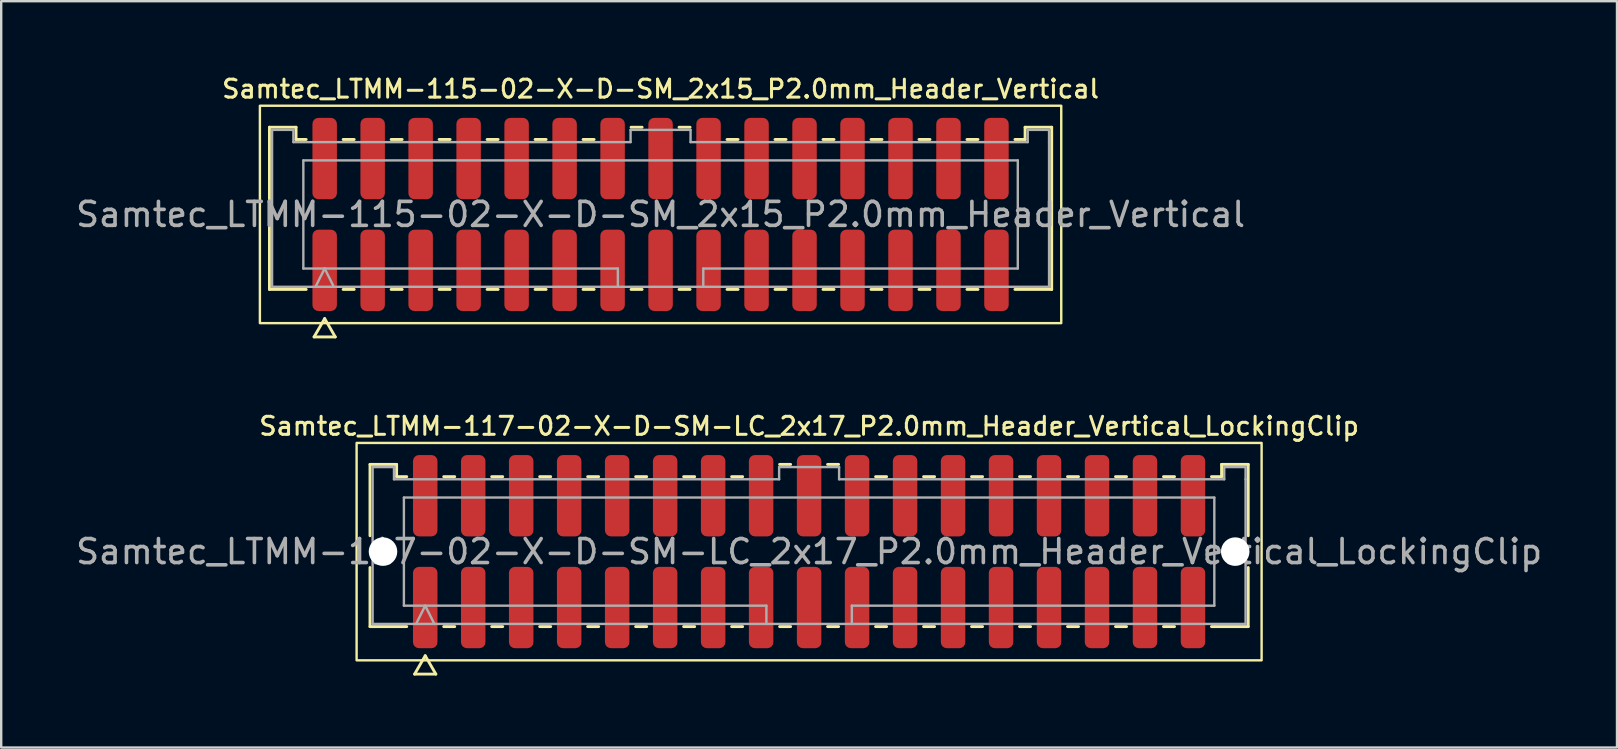
<source format=kicad_pcb>
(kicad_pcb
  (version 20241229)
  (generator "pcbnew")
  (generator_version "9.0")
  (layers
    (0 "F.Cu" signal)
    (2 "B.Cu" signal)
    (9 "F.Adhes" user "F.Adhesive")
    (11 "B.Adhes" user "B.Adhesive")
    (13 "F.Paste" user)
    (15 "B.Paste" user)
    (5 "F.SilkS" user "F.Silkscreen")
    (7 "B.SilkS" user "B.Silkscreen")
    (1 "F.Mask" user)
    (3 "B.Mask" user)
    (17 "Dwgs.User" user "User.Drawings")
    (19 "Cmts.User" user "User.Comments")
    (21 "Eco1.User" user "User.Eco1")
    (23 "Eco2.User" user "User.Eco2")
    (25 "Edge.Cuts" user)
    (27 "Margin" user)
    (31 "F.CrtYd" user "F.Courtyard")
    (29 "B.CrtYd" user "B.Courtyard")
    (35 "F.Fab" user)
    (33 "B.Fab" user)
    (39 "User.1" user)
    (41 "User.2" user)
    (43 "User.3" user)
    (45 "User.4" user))
  (footprint "Samtec_LTMM-117-02-X-D-SM-LC_2x17_P2.0mm_Header_Vertical_LockingClip"
    (layer "F.Cu")
    (at 30.673 19.941)
    (property "Reference" "Samtec_LTMM-117-02-X-D-SM-LC_2x17_P2.0mm_Header_Vertical_LockingClip" (at 0 -5.23 0) (layer "F.SilkS") (effects (font (size 0.75 0.75) (thickness 0.125))))
    (attr smd)
    (fp_line (start -18.302 -3.635) (end -17.192 -3.635) (stroke (width 0.12) (type solid)) (layer "F.SilkS"))
    (fp_line (start -18.302 -0.662) (end -18.302 -3.635) (stroke (width 0.12) (type solid)) (layer "F.SilkS"))
    (fp_line (start -18.302 3.125) (end -18.302 0.662) (stroke (width 0.12) (type solid)) (layer "F.SilkS"))
    (fp_line (start -17.192 -3.635) (end -17.192 -3.125) (stroke (width 0.12) (type solid)) (layer "F.SilkS"))
    (fp_line (start -17.192 -3.125) (end -16.77 -3.125) (stroke (width 0.12) (type solid)) (layer "F.SilkS"))
    (fp_line (start -16.77 3.125) (end -18.302 3.125) (stroke (width 0.12) (type solid)) (layer "F.SilkS"))
    (fp_line (start -16.442 5.105) (end -16 4.34) (stroke (width 0.12) (type solid)) (layer "F.SilkS"))
    (fp_line (start -16 4.34) (end -15.558 5.105) (stroke (width 0.12) (type solid)) (layer "F.SilkS"))
    (fp_line (start -15.558 5.105) (end -16.442 5.105) (stroke (width 0.12) (type solid)) (layer "F.SilkS"))
    (fp_line (start -15.23 -3.125) (end -14.77 -3.125) (stroke (width 0.12) (type solid)) (layer "F.SilkS"))
    (fp_line (start -14.77 3.125) (end -15.23 3.125) (stroke (width 0.12) (type solid)) (layer "F.SilkS"))
    (fp_line (start -13.23 -3.125) (end -12.77 -3.125) (stroke (width 0.12) (type solid)) (layer "F.SilkS"))
    (fp_line (start -12.77 3.125) (end -13.23 3.125) (stroke (width 0.12) (type solid)) (layer "F.SilkS"))
    (fp_line (start -11.23 -3.125) (end -10.77 -3.125) (stroke (width 0.12) (type solid)) (layer "F.SilkS"))
    (fp_line (start -10.77 3.125) (end -11.23 3.125) (stroke (width 0.12) (type solid)) (layer "F.SilkS"))
    (fp_line (start -9.23 -3.125) (end -8.77 -3.125) (stroke (width 0.12) (type solid)) (layer "F.SilkS"))
    (fp_line (start -8.77 3.125) (end -9.23 3.125) (stroke (width 0.12) (type solid)) (layer "F.SilkS"))
    (fp_line (start -7.23 -3.125) (end -6.77 -3.125) (stroke (width 0.12) (type solid)) (layer "F.SilkS"))
    (fp_line (start -6.77 3.125) (end -7.23 3.125) (stroke (width 0.12) (type solid)) (layer "F.SilkS"))
    (fp_line (start -5.23 -3.125) (end -4.77 -3.125) (stroke (width 0.12) (type solid)) (layer "F.SilkS"))
    (fp_line (start -4.77 3.125) (end -5.23 3.125) (stroke (width 0.12) (type solid)) (layer "F.SilkS"))
    (fp_line (start -3.23 -3.125) (end -2.77 -3.125) (stroke (width 0.12) (type solid)) (layer "F.SilkS"))
    (fp_line (start -2.77 3.125) (end -3.23 3.125) (stroke (width 0.12) (type solid)) (layer "F.SilkS"))
    (fp_line (start -1.23 -3.635) (end -0.77 -3.635) (stroke (width 0.12) (type solid)) (layer "F.SilkS"))
    (fp_line (start -0.77 3.125) (end -1.23 3.125) (stroke (width 0.12) (type solid)) (layer "F.SilkS"))
    (fp_line (start 0.77 -3.635) (end 1.23 -3.635) (stroke (width 0.12) (type solid)) (layer "F.SilkS"))
    (fp_line (start 1.23 3.125) (end 0.77 3.125) (stroke (width 0.12) (type solid)) (layer "F.SilkS"))
    (fp_line (start 2.77 -3.125) (end 3.23 -3.125) (stroke (width 0.12) (type solid)) (layer "F.SilkS"))
    (fp_line (start 3.23 3.125) (end 2.77 3.125) (stroke (width 0.12) (type solid)) (layer "F.SilkS"))
    (fp_line (start 4.77 -3.125) (end 5.23 -3.125) (stroke (width 0.12) (type solid)) (layer "F.SilkS"))
    (fp_line (start 5.23 3.125) (end 4.77 3.125) (stroke (width 0.12) (type solid)) (layer "F.SilkS"))
    (fp_line (start 6.77 -3.125) (end 7.23 -3.125) (stroke (width 0.12) (type solid)) (layer "F.SilkS"))
    (fp_line (start 7.23 3.125) (end 6.77 3.125) (stroke (width 0.12) (type solid)) (layer "F.SilkS"))
    (fp_line (start 8.77 -3.125) (end 9.23 -3.125) (stroke (width 0.12) (type solid)) (layer "F.SilkS"))
    (fp_line (start 9.23 3.125) (end 8.77 3.125) (stroke (width 0.12) (type solid)) (layer "F.SilkS"))
    (fp_line (start 10.77 -3.125) (end 11.23 -3.125) (stroke (width 0.12) (type solid)) (layer "F.SilkS"))
    (fp_line (start 11.23 3.125) (end 10.77 3.125) (stroke (width 0.12) (type solid)) (layer "F.SilkS"))
    (fp_line (start 12.77 -3.125) (end 13.23 -3.125) (stroke (width 0.12) (type solid)) (layer "F.SilkS"))
    (fp_line (start 13.23 3.125) (end 12.77 3.125) (stroke (width 0.12) (type solid)) (layer "F.SilkS"))
    (fp_line (start 14.77 -3.125) (end 15.23 -3.125) (stroke (width 0.12) (type solid)) (layer "F.SilkS"))
    (fp_line (start 15.23 3.125) (end 14.77 3.125) (stroke (width 0.12) (type solid)) (layer "F.SilkS"))
    (fp_line (start 16.77 -3.125) (end 17.192 -3.125) (stroke (width 0.12) (type solid)) (layer "F.SilkS"))
    (fp_line (start 17.192 -3.635) (end 18.302 -3.635) (stroke (width 0.12) (type solid)) (layer "F.SilkS"))
    (fp_line (start 17.192 -3.125) (end 17.192 -3.635) (stroke (width 0.12) (type solid)) (layer "F.SilkS"))
    (fp_line (start 18.302 -3.635) (end 18.302 -0.662) (stroke (width 0.12) (type solid)) (layer "F.SilkS"))
    (fp_line (start 18.302 0.662) (end 18.302 3.125) (stroke (width 0.12) (type solid)) (layer "F.SilkS"))
    (fp_line (start 18.302 3.125) (end 16.77 3.125) (stroke (width 0.12) (type solid)) (layer "F.SilkS"))
    (fp_rect (start -18.86 -4.53) (end 18.86 4.53) (stroke (width 0.1) (type solid)) (fill no) (layer "F.SilkS"))
    (fp_line (start -18.192 -3.525) (end -17.302 -3.525) (stroke (width 0.1) (type solid)) (layer "F.Fab"))
    (fp_line (start -18.192 3.015) (end -18.192 -3.525) (stroke (width 0.1) (type solid)) (layer "F.Fab"))
    (fp_line (start -17.302 -3.525) (end -17.302 -3.015) (stroke (width 0.1) (type solid)) (layer "F.Fab"))
    (fp_line (start -17.302 -3.015) (end -1.25 -3.015) (stroke (width 0.1) (type solid)) (layer "F.Fab"))
    (fp_line (start -16.889 -2.253) (end 16.889 -2.253) (stroke (width 0.1) (type solid)) (layer "F.Fab"))
    (fp_line (start -16.889 2.253) (end -16.889 -2.253) (stroke (width 0.1) (type solid)) (layer "F.Fab"))
    (fp_line (start -16.381 3.015) (end -16 2.253) (stroke (width 0.1) (type solid)) (layer "F.Fab"))
    (fp_line (start -16 2.253) (end -15.619 3.015) (stroke (width 0.1) (type solid)) (layer "F.Fab"))
    (fp_line (start -1.78 2.253) (end -16.889 2.253) (stroke (width 0.1) (type solid)) (layer "F.Fab"))
    (fp_line (start -1.78 3.015) (end -1.78 2.253) (stroke (width 0.1) (type solid)) (layer "F.Fab"))
    (fp_line (start -1.25 -3.525) (end 1.25 -3.525) (stroke (width 0.1) (type solid)) (layer "F.Fab"))
    (fp_line (start -1.25 -3.015) (end -1.25 -3.525) (stroke (width 0.1) (type solid)) (layer "F.Fab"))
    (fp_line (start 1.25 -3.525) (end 1.25 -3.015) (stroke (width 0.1) (type solid)) (layer "F.Fab"))
    (fp_line (start 1.25 -3.015) (end 17.302 -3.015) (stroke (width 0.1) (type solid)) (layer "F.Fab"))
    (fp_line (start 1.78 2.253) (end 1.78 3.015) (stroke (width 0.1) (type solid)) (layer "F.Fab"))
    (fp_line (start 16.889 -2.253) (end 16.889 2.253) (stroke (width 0.1) (type solid)) (layer "F.Fab"))
    (fp_line (start 16.889 2.253) (end 1.78 2.253) (stroke (width 0.1) (type solid)) (layer "F.Fab"))
    (fp_line (start 17.302 -3.525) (end 18.192 -3.525) (stroke (width 0.1) (type solid)) (layer "F.Fab"))
    (fp_line (start 17.302 -3.015) (end 17.302 -3.525) (stroke (width 0.1) (type solid)) (layer "F.Fab"))
    (fp_line (start 18.192 -3.525) (end 18.192 -3.015) (stroke (width 0.1) (type solid)) (layer "F.Fab"))
    (fp_line (start 18.192 -3.015) (end 18.192 3.015) (stroke (width 0.1) (type solid)) (layer "F.Fab"))
    (fp_line (start 18.192 3.015) (end -18.192 3.015) (stroke (width 0.1) (type solid)) (layer "F.Fab"))
    (fp_text user "${REFERENCE}" (at 0 0 0) (layer "F.Fab") (effects (font (size 1 1) (thickness 0.15))))
    (pad "" np_thru_hole circle (at -17.76 0) (size 1.19 1.19) (drill 1.19) (layers "*.Cu" "*.Mask"))
    (pad "" np_thru_hole circle (at 17.76 0) (size 1.19 1.19) (drill 1.19) (layers "*.Cu" "*.Mask"))
    (pad "1" smd roundrect (at -16 2.33) (size 1.02 3.39) (layers "F.Cu" "F.Mask" "F.Paste") (roundrect_rratio 0.245))
    (pad "2" smd roundrect (at -16 -2.33) (size 1.02 3.39) (layers "F.Cu" "F.Mask" "F.Paste") (roundrect_rratio 0.245))
    (pad "3" smd roundrect (at -14 2.33) (size 1.02 3.39) (layers "F.Cu" "F.Mask" "F.Paste") (roundrect_rratio 0.245))
    (pad "4" smd roundrect (at -14 -2.33) (size 1.02 3.39) (layers "F.Cu" "F.Mask" "F.Paste") (roundrect_rratio 0.245))
    (pad "5" smd roundrect (at -12 2.33) (size 1.02 3.39) (layers "F.Cu" "F.Mask" "F.Paste") (roundrect_rratio 0.245))
    (pad "6" smd roundrect (at -12 -2.33) (size 1.02 3.39) (layers "F.Cu" "F.Mask" "F.Paste") (roundrect_rratio 0.245))
    (pad "7" smd roundrect (at -10 2.33) (size 1.02 3.39) (layers "F.Cu" "F.Mask" "F.Paste") (roundrect_rratio 0.245))
    (pad "8" smd roundrect (at -10 -2.33) (size 1.02 3.39) (layers "F.Cu" "F.Mask" "F.Paste") (roundrect_rratio 0.245))
    (pad "9" smd roundrect (at -8 2.33) (size 1.02 3.39) (layers "F.Cu" "F.Mask" "F.Paste") (roundrect_rratio 0.245))
    (pad "10" smd roundrect (at -8 -2.33) (size 1.02 3.39) (layers "F.Cu" "F.Mask" "F.Paste") (roundrect_rratio 0.245))
    (pad "11" smd roundrect (at -6 2.33) (size 1.02 3.39) (layers "F.Cu" "F.Mask" "F.Paste") (roundrect_rratio 0.245))
    (pad "12" smd roundrect (at -6 -2.33) (size 1.02 3.39) (layers "F.Cu" "F.Mask" "F.Paste") (roundrect_rratio 0.245))
    (pad "13" smd roundrect (at -4 2.33) (size 1.02 3.39) (layers "F.Cu" "F.Mask" "F.Paste") (roundrect_rratio 0.245))
    (pad "14" smd roundrect (at -4 -2.33) (size 1.02 3.39) (layers "F.Cu" "F.Mask" "F.Paste") (roundrect_rratio 0.245))
    (pad "15" smd roundrect (at -2 2.33) (size 1.02 3.39) (layers "F.Cu" "F.Mask" "F.Paste") (roundrect_rratio 0.245))
    (pad "16" smd roundrect (at -2 -2.33) (size 1.02 3.39) (layers "F.Cu" "F.Mask" "F.Paste") (roundrect_rratio 0.245))
    (pad "17" smd roundrect (at 0 2.33) (size 1.02 3.39) (layers "F.Cu" "F.Mask" "F.Paste") (roundrect_rratio 0.245))
    (pad "18" smd roundrect (at 0 -2.33) (size 1.02 3.39) (layers "F.Cu" "F.Mask" "F.Paste") (roundrect_rratio 0.245))
    (pad "19" smd roundrect (at 2 2.33) (size 1.02 3.39) (layers "F.Cu" "F.Mask" "F.Paste") (roundrect_rratio 0.245))
    (pad "20" smd roundrect (at 2 -2.33) (size 1.02 3.39) (layers "F.Cu" "F.Mask" "F.Paste") (roundrect_rratio 0.245))
    (pad "21" smd roundrect (at 4 2.33) (size 1.02 3.39) (layers "F.Cu" "F.Mask" "F.Paste") (roundrect_rratio 0.245))
    (pad "22" smd roundrect (at 4 -2.33) (size 1.02 3.39) (layers "F.Cu" "F.Mask" "F.Paste") (roundrect_rratio 0.245))
    (pad "23" smd roundrect (at 6 2.33) (size 1.02 3.39) (layers "F.Cu" "F.Mask" "F.Paste") (roundrect_rratio 0.245))
    (pad "24" smd roundrect (at 6 -2.33) (size 1.02 3.39) (layers "F.Cu" "F.Mask" "F.Paste") (roundrect_rratio 0.245))
    (pad "25" smd roundrect (at 8 2.33) (size 1.02 3.39) (layers "F.Cu" "F.Mask" "F.Paste") (roundrect_rratio 0.245))
    (pad "26" smd roundrect (at 8 -2.33) (size 1.02 3.39) (layers "F.Cu" "F.Mask" "F.Paste") (roundrect_rratio 0.245))
    (pad "27" smd roundrect (at 10 2.33) (size 1.02 3.39) (layers "F.Cu" "F.Mask" "F.Paste") (roundrect_rratio 0.245))
    (pad "28" smd roundrect (at 10 -2.33) (size 1.02 3.39) (layers "F.Cu" "F.Mask" "F.Paste") (roundrect_rratio 0.245))
    (pad "29" smd roundrect (at 12 2.33) (size 1.02 3.39) (layers "F.Cu" "F.Mask" "F.Paste") (roundrect_rratio 0.245))
    (pad "30" smd roundrect (at 12 -2.33) (size 1.02 3.39) (layers "F.Cu" "F.Mask" "F.Paste") (roundrect_rratio 0.245))
    (pad "31" smd roundrect (at 14 2.33) (size 1.02 3.39) (layers "F.Cu" "F.Mask" "F.Paste") (roundrect_rratio 0.245))
    (pad "32" smd roundrect (at 14 -2.33) (size 1.02 3.39) (layers "F.Cu" "F.Mask" "F.Paste") (roundrect_rratio 0.245))
    (pad "33" smd roundrect (at 16 2.33) (size 1.02 3.39) (layers "F.Cu" "F.Mask" "F.Paste") (roundrect_rratio 0.245))
    (pad "34" smd roundrect (at 16 -2.33) (size 1.02 3.39) (layers "F.Cu" "F.Mask" "F.Paste") (roundrect_rratio 0.245)))
  (footprint "Samtec_LTMM-115-02-X-D-SM_2x15_P2.0mm_Header_Vertical"
    (layer "F.Cu")
    (at 24.482 5.888)
    (property "Reference" "Samtec_LTMM-115-02-X-D-SM_2x15_P2.0mm_Header_Vertical" (at 0 -5.23 0) (layer "F.SilkS") (effects (font (size 0.75 0.75) (thickness 0.125))))
    (attr smd)
    (fp_line (start -16.302 -3.635) (end -15.193 -3.635) (stroke (width 0.12) (type solid)) (layer "F.SilkS"))
    (fp_line (start -16.302 3.125) (end -16.302 -3.635) (stroke (width 0.12) (type solid)) (layer "F.SilkS"))
    (fp_line (start -15.193 -3.635) (end -15.193 -3.125) (stroke (width 0.12) (type solid)) (layer "F.SilkS"))
    (fp_line (start -15.193 -3.125) (end -14.77 -3.125) (stroke (width 0.12) (type solid)) (layer "F.SilkS"))
    (fp_line (start -14.77 3.125) (end -16.302 3.125) (stroke (width 0.12) (type solid)) (layer "F.SilkS"))
    (fp_line (start -14.442 5.105) (end -14 4.34) (stroke (width 0.12) (type solid)) (layer "F.SilkS"))
    (fp_line (start -14 4.34) (end -13.558 5.105) (stroke (width 0.12) (type solid)) (layer "F.SilkS"))
    (fp_line (start -13.558 5.105) (end -14.442 5.105) (stroke (width 0.12) (type solid)) (layer "F.SilkS"))
    (fp_line (start -13.23 -3.125) (end -12.77 -3.125) (stroke (width 0.12) (type solid)) (layer "F.SilkS"))
    (fp_line (start -12.77 3.125) (end -13.23 3.125) (stroke (width 0.12) (type solid)) (layer "F.SilkS"))
    (fp_line (start -11.23 -3.125) (end -10.77 -3.125) (stroke (width 0.12) (type solid)) (layer "F.SilkS"))
    (fp_line (start -10.77 3.125) (end -11.23 3.125) (stroke (width 0.12) (type solid)) (layer "F.SilkS"))
    (fp_line (start -9.23 -3.125) (end -8.77 -3.125) (stroke (width 0.12) (type solid)) (layer "F.SilkS"))
    (fp_line (start -8.77 3.125) (end -9.23 3.125) (stroke (width 0.12) (type solid)) (layer "F.SilkS"))
    (fp_line (start -7.23 -3.125) (end -6.77 -3.125) (stroke (width 0.12) (type solid)) (layer "F.SilkS"))
    (fp_line (start -6.77 3.125) (end -7.23 3.125) (stroke (width 0.12) (type solid)) (layer "F.SilkS"))
    (fp_line (start -5.23 -3.125) (end -4.77 -3.125) (stroke (width 0.12) (type solid)) (layer "F.SilkS"))
    (fp_line (start -4.77 3.125) (end -5.23 3.125) (stroke (width 0.12) (type solid)) (layer "F.SilkS"))
    (fp_line (start -3.23 -3.125) (end -2.77 -3.125) (stroke (width 0.12) (type solid)) (layer "F.SilkS"))
    (fp_line (start -2.77 3.125) (end -3.23 3.125) (stroke (width 0.12) (type solid)) (layer "F.SilkS"))
    (fp_line (start -1.23 -3.635) (end -0.77 -3.635) (stroke (width 0.12) (type solid)) (layer "F.SilkS"))
    (fp_line (start -0.77 3.125) (end -1.23 3.125) (stroke (width 0.12) (type solid)) (layer "F.SilkS"))
    (fp_line (start 0.77 -3.635) (end 1.23 -3.635) (stroke (width 0.12) (type solid)) (layer "F.SilkS"))
    (fp_line (start 1.23 3.125) (end 0.77 3.125) (stroke (width 0.12) (type solid)) (layer "F.SilkS"))
    (fp_line (start 2.77 -3.125) (end 3.23 -3.125) (stroke (width 0.12) (type solid)) (layer "F.SilkS"))
    (fp_line (start 3.23 3.125) (end 2.77 3.125) (stroke (width 0.12) (type solid)) (layer "F.SilkS"))
    (fp_line (start 4.77 -3.125) (end 5.23 -3.125) (stroke (width 0.12) (type solid)) (layer "F.SilkS"))
    (fp_line (start 5.23 3.125) (end 4.77 3.125) (stroke (width 0.12) (type solid)) (layer "F.SilkS"))
    (fp_line (start 6.77 -3.125) (end 7.23 -3.125) (stroke (width 0.12) (type solid)) (layer "F.SilkS"))
    (fp_line (start 7.23 3.125) (end 6.77 3.125) (stroke (width 0.12) (type solid)) (layer "F.SilkS"))
    (fp_line (start 8.77 -3.125) (end 9.23 -3.125) (stroke (width 0.12) (type solid)) (layer "F.SilkS"))
    (fp_line (start 9.23 3.125) (end 8.77 3.125) (stroke (width 0.12) (type solid)) (layer "F.SilkS"))
    (fp_line (start 10.77 -3.125) (end 11.23 -3.125) (stroke (width 0.12) (type solid)) (layer "F.SilkS"))
    (fp_line (start 11.23 3.125) (end 10.77 3.125) (stroke (width 0.12) (type solid)) (layer "F.SilkS"))
    (fp_line (start 12.77 -3.125) (end 13.23 -3.125) (stroke (width 0.12) (type solid)) (layer "F.SilkS"))
    (fp_line (start 13.23 3.125) (end 12.77 3.125) (stroke (width 0.12) (type solid)) (layer "F.SilkS"))
    (fp_line (start 14.77 -3.125) (end 15.193 -3.125) (stroke (width 0.12) (type solid)) (layer "F.SilkS"))
    (fp_line (start 15.193 -3.635) (end 16.302 -3.635) (stroke (width 0.12) (type solid)) (layer "F.SilkS"))
    (fp_line (start 15.193 -3.125) (end 15.193 -3.635) (stroke (width 0.12) (type solid)) (layer "F.SilkS"))
    (fp_line (start 16.302 -3.635) (end 16.302 3.125) (stroke (width 0.12) (type solid)) (layer "F.SilkS"))
    (fp_line (start 16.302 3.125) (end 14.77 3.125) (stroke (width 0.12) (type solid)) (layer "F.SilkS"))
    (fp_rect (start -16.7 -4.53) (end 16.7 4.53) (stroke (width 0.1) (type solid)) (fill no) (layer "F.SilkS"))
    (fp_line (start -16.192 -3.525) (end -15.303 -3.525) (stroke (width 0.1) (type solid)) (layer "F.Fab"))
    (fp_line (start -16.192 3.015) (end -16.192 -3.525) (stroke (width 0.1) (type solid)) (layer "F.Fab"))
    (fp_line (start -15.303 -3.525) (end -15.303 -3.015) (stroke (width 0.1) (type solid)) (layer "F.Fab"))
    (fp_line (start -15.303 -3.015) (end -1.25 -3.015) (stroke (width 0.1) (type solid)) (layer "F.Fab"))
    (fp_line (start -14.889 -2.253) (end 14.889 -2.253) (stroke (width 0.1) (type solid)) (layer "F.Fab"))
    (fp_line (start -14.889 2.253) (end -14.889 -2.253) (stroke (width 0.1) (type solid)) (layer "F.Fab"))
    (fp_line (start -14.381 3.015) (end -14 2.253) (stroke (width 0.1) (type solid)) (layer "F.Fab"))
    (fp_line (start -14 2.253) (end -13.619 3.015) (stroke (width 0.1) (type solid)) (layer "F.Fab"))
    (fp_line (start -1.78 2.253) (end -14.889 2.253) (stroke (width 0.1) (type solid)) (layer "F.Fab"))
    (fp_line (start -1.78 3.015) (end -1.78 2.253) (stroke (width 0.1) (type solid)) (layer "F.Fab"))
    (fp_line (start -1.25 -3.525) (end 1.25 -3.525) (stroke (width 0.1) (type solid)) (layer "F.Fab"))
    (fp_line (start -1.25 -3.015) (end -1.25 -3.525) (stroke (width 0.1) (type solid)) (layer "F.Fab"))
    (fp_line (start 1.25 -3.525) (end 1.25 -3.015) (stroke (width 0.1) (type solid)) (layer "F.Fab"))
    (fp_line (start 1.25 -3.015) (end 15.303 -3.015) (stroke (width 0.1) (type solid)) (layer "F.Fab"))
    (fp_line (start 1.78 2.253) (end 1.78 3.015) (stroke (width 0.1) (type solid)) (layer "F.Fab"))
    (fp_line (start 14.889 -2.253) (end 14.889 2.253) (stroke (width 0.1) (type solid)) (layer "F.Fab"))
    (fp_line (start 14.889 2.253) (end 1.78 2.253) (stroke (width 0.1) (type solid)) (layer "F.Fab"))
    (fp_line (start 15.303 -3.525) (end 16.192 -3.525) (stroke (width 0.1) (type solid)) (layer "F.Fab"))
    (fp_line (start 15.303 -3.015) (end 15.303 -3.525) (stroke (width 0.1) (type solid)) (layer "F.Fab"))
    (fp_line (start 16.192 -3.525) (end 16.192 -3.015) (stroke (width 0.1) (type solid)) (layer "F.Fab"))
    (fp_line (start 16.192 -3.015) (end 16.192 3.015) (stroke (width 0.1) (type solid)) (layer "F.Fab"))
    (fp_line (start 16.192 3.015) (end -16.192 3.015) (stroke (width 0.1) (type solid)) (layer "F.Fab"))
    (fp_text user "${REFERENCE}" (at 0 0 0) (layer "F.Fab") (effects (font (size 1 1) (thickness 0.15))))
    (pad "1" smd roundrect (at -14 2.33) (size 1.02 3.39) (layers "F.Cu" "F.Mask" "F.Paste") (roundrect_rratio 0.245))
    (pad "2" smd roundrect (at -14 -2.33) (size 1.02 3.39) (layers "F.Cu" "F.Mask" "F.Paste") (roundrect_rratio 0.245))
    (pad "3" smd roundrect (at -12 2.33) (size 1.02 3.39) (layers "F.Cu" "F.Mask" "F.Paste") (roundrect_rratio 0.245))
    (pad "4" smd roundrect (at -12 -2.33) (size 1.02 3.39) (layers "F.Cu" "F.Mask" "F.Paste") (roundrect_rratio 0.245))
    (pad "5" smd roundrect (at -10 2.33) (size 1.02 3.39) (layers "F.Cu" "F.Mask" "F.Paste") (roundrect_rratio 0.245))
    (pad "6" smd roundrect (at -10 -2.33) (size 1.02 3.39) (layers "F.Cu" "F.Mask" "F.Paste") (roundrect_rratio 0.245))
    (pad "7" smd roundrect (at -8 2.33) (size 1.02 3.39) (layers "F.Cu" "F.Mask" "F.Paste") (roundrect_rratio 0.245))
    (pad "8" smd roundrect (at -8 -2.33) (size 1.02 3.39) (layers "F.Cu" "F.Mask" "F.Paste") (roundrect_rratio 0.245))
    (pad "9" smd roundrect (at -6 2.33) (size 1.02 3.39) (layers "F.Cu" "F.Mask" "F.Paste") (roundrect_rratio 0.245))
    (pad "10" smd roundrect (at -6 -2.33) (size 1.02 3.39) (layers "F.Cu" "F.Mask" "F.Paste") (roundrect_rratio 0.245))
    (pad "11" smd roundrect (at -4 2.33) (size 1.02 3.39) (layers "F.Cu" "F.Mask" "F.Paste") (roundrect_rratio 0.245))
    (pad "12" smd roundrect (at -4 -2.33) (size 1.02 3.39) (layers "F.Cu" "F.Mask" "F.Paste") (roundrect_rratio 0.245))
    (pad "13" smd roundrect (at -2 2.33) (size 1.02 3.39) (layers "F.Cu" "F.Mask" "F.Paste") (roundrect_rratio 0.245))
    (pad "14" smd roundrect (at -2 -2.33) (size 1.02 3.39) (layers "F.Cu" "F.Mask" "F.Paste") (roundrect_rratio 0.245))
    (pad "15" smd roundrect (at 0 2.33) (size 1.02 3.39) (layers "F.Cu" "F.Mask" "F.Paste") (roundrect_rratio 0.245))
    (pad "16" smd roundrect (at 0 -2.33) (size 1.02 3.39) (layers "F.Cu" "F.Mask" "F.Paste") (roundrect_rratio 0.245))
    (pad "17" smd roundrect (at 2 2.33) (size 1.02 3.39) (layers "F.Cu" "F.Mask" "F.Paste") (roundrect_rratio 0.245))
    (pad "18" smd roundrect (at 2 -2.33) (size 1.02 3.39) (layers "F.Cu" "F.Mask" "F.Paste") (roundrect_rratio 0.245))
    (pad "19" smd roundrect (at 4 2.33) (size 1.02 3.39) (layers "F.Cu" "F.Mask" "F.Paste") (roundrect_rratio 0.245))
    (pad "20" smd roundrect (at 4 -2.33) (size 1.02 3.39) (layers "F.Cu" "F.Mask" "F.Paste") (roundrect_rratio 0.245))
    (pad "21" smd roundrect (at 6 2.33) (size 1.02 3.39) (layers "F.Cu" "F.Mask" "F.Paste") (roundrect_rratio 0.245))
    (pad "22" smd roundrect (at 6 -2.33) (size 1.02 3.39) (layers "F.Cu" "F.Mask" "F.Paste") (roundrect_rratio 0.245))
    (pad "23" smd roundrect (at 8 2.33) (size 1.02 3.39) (layers "F.Cu" "F.Mask" "F.Paste") (roundrect_rratio 0.245))
    (pad "24" smd roundrect (at 8 -2.33) (size 1.02 3.39) (layers "F.Cu" "F.Mask" "F.Paste") (roundrect_rratio 0.245))
    (pad "25" smd roundrect (at 10 2.33) (size 1.02 3.39) (layers "F.Cu" "F.Mask" "F.Paste") (roundrect_rratio 0.245))
    (pad "26" smd roundrect (at 10 -2.33) (size 1.02 3.39) (layers "F.Cu" "F.Mask" "F.Paste") (roundrect_rratio 0.245))
    (pad "27" smd roundrect (at 12 2.33) (size 1.02 3.39) (layers "F.Cu" "F.Mask" "F.Paste") (roundrect_rratio 0.245))
    (pad "28" smd roundrect (at 12 -2.33) (size 1.02 3.39) (layers "F.Cu" "F.Mask" "F.Paste") (roundrect_rratio 0.245))
    (pad "29" smd roundrect (at 14 2.33) (size 1.02 3.39) (layers "F.Cu" "F.Mask" "F.Paste") (roundrect_rratio 0.245))
    (pad "30" smd roundrect (at 14 -2.33) (size 1.02 3.39) (layers "F.Cu" "F.Mask" "F.Paste") (roundrect_rratio 0.245)))
  (gr_rect
    (start -3 -3)
    (end 64.345 28.106)
    (stroke (width 0.1) (type default))
    (fill no)
    (layer "Edge.Cuts")))
</source>
